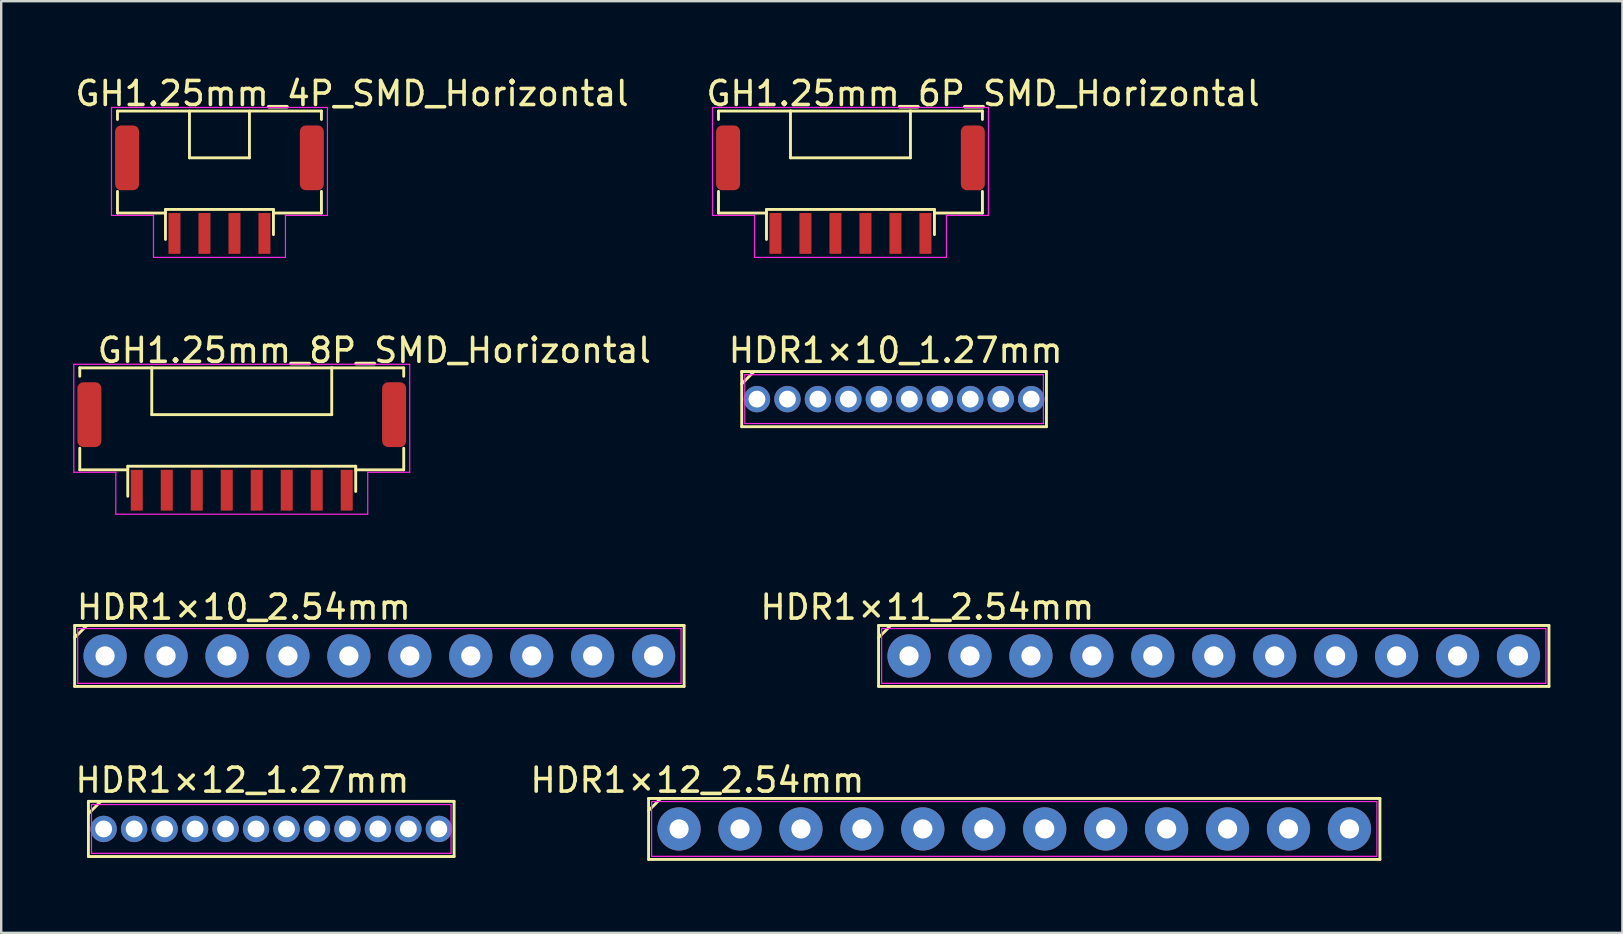
<source format=kicad_pcb>
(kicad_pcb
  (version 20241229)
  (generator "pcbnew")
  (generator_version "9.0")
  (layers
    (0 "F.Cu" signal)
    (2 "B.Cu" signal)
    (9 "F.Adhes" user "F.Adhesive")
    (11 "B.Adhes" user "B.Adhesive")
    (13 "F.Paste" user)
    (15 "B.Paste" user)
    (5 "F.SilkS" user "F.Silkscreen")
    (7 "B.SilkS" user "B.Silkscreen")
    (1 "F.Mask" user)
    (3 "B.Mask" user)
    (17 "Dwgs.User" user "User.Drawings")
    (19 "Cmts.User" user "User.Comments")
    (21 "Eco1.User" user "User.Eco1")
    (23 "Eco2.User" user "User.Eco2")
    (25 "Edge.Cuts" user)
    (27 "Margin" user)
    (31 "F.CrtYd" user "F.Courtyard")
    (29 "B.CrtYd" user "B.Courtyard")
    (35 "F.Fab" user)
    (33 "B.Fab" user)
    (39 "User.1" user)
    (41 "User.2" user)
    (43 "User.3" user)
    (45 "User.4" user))
  (footprint "HDR1×10_2.54mm"
    (layer "F.Cu")
    (at 1.33 24.287)
    (property "Reference" "HDR1×10_2.54mm" (at -1.27 -2.032 0) (layer "F.SilkS") (effects (font (size 1 1) (thickness 0.15)) (justify left)))
    (attr through_hole)
    (fp_line (start -1.27 -1.27) (end -1.27 1.27) (stroke (width 0.12) (type solid)) (layer "F.SilkS"))
    (fp_line (start -1.27 -1.27) (end 24.13 -1.27) (stroke (width 0.12) (type solid)) (layer "F.SilkS"))
    (fp_line (start -1.27 -0.762) (end -0.762 -1.27) (stroke (width 0.12) (type solid)) (layer "F.SilkS"))
    (fp_line (start -1.27 1.27) (end 24.13 1.27) (stroke (width 0.12) (type solid)) (layer "F.SilkS"))
    (fp_line (start 24.13 -1.27) (end 24.13 1.27) (stroke (width 0.12) (type solid)) (layer "F.SilkS"))
    (fp_line (start -1.143 -1.143) (end 24.003 -1.143) (stroke (width 0.05) (type default)) (layer "F.CrtYd"))
    (fp_line (start -1.143 1.143) (end -1.143 -1.143) (stroke (width 0.05) (type default)) (layer "F.CrtYd"))
    (fp_line (start 24.003 -1.143) (end 24.003 1.143) (stroke (width 0.05) (type default)) (layer "F.CrtYd"))
    (fp_line (start 24.003 1.143) (end -1.143 1.143) (stroke (width 0.05) (type default)) (layer "F.CrtYd"))
    (pad "1" thru_hole circle (at 0 0) (size 1.8 1.8) (drill 0.8) (layers "*.Cu" "*.Mask"))
    (pad "2" thru_hole circle (at 2.54 0) (size 1.8 1.8) (drill 0.8) (layers "*.Cu" "*.Mask"))
    (pad "3" thru_hole circle (at 5.08 0) (size 1.8 1.8) (drill 0.8) (layers "*.Cu" "*.Mask"))
    (pad "4" thru_hole circle (at 7.62 0) (size 1.8 1.8) (drill 0.8) (layers "*.Cu" "*.Mask"))
    (pad "5" thru_hole circle (at 10.16 0) (size 1.8 1.8) (drill 0.8) (layers "*.Cu" "*.Mask"))
    (pad "6" thru_hole circle (at 12.7 0) (size 1.8 1.8) (drill 0.8) (layers "*.Cu" "*.Mask"))
    (pad "7" thru_hole circle (at 15.24 0) (size 1.8 1.8) (drill 0.8) (layers "*.Cu" "*.Mask"))
    (pad "8" thru_hole circle (at 17.78 0) (size 1.8 1.8) (drill 0.8) (layers "*.Cu" "*.Mask"))
    (pad "9" thru_hole circle (at 20.32 0) (size 1.8 1.8) (drill 0.8) (layers "*.Cu" "*.Mask"))
    (pad "10" thru_hole circle (at 22.86 0) (size 1.8 1.8) (drill 0.8) (layers "*.Cu" "*.Mask")))
  (footprint "GH1.25mm_8P_SMD_Horizontal"
    (layer "F.Cu")
    (at 7.025 16.631)
    (property "Reference" "GH1.25mm_8P_SMD_Horizontal" (at -6.096 -5.08 0) (layer "F.SilkS") (effects (font (size 1 1) (thickness 0.15)) (justify left)))
    (attr through_hole)
    (fp_line (start -6.75 -4.35) (end -6.75 -4) (stroke (width 0.12) (type default)) (layer "F.SilkS"))
    (fp_line (start -6.75 -4.35) (end 6.75 -4.35) (stroke (width 0.12) (type solid)) (layer "F.SilkS"))
    (fp_line (start -6.75 -1) (end -6.75 -0.1) (stroke (width 0.12) (type default)) (layer "F.SilkS"))
    (fp_line (start -6.75 -0.1) (end -4.75 -0.1) (stroke (width 0.12) (type default)) (layer "F.SilkS"))
    (fp_line (start -4.75 -0.25) (end -4.75 1) (stroke (width 0.12) (type solid)) (layer "F.SilkS"))
    (fp_line (start -4.75 -0.25) (end 4.75 -0.25) (stroke (width 0.12) (type solid)) (layer "F.SilkS"))
    (fp_line (start -3.75 -2.4) (end -3.75 -4.36) (stroke (width 0.12) (type solid)) (layer "F.SilkS"))
    (fp_line (start -3.75 -2.4) (end 3.75 -2.4) (stroke (width 0.12) (type solid)) (layer "F.SilkS"))
    (fp_line (start 3.75 -2.4) (end 3.75 -4.36) (stroke (width 0.12) (type solid)) (layer "F.SilkS"))
    (fp_line (start 4.75 0.8) (end 4.75 -0.25) (stroke (width 0.12) (type solid)) (layer "F.SilkS"))
    (fp_line (start 6.75 -4) (end 6.75 -4.35) (stroke (width 0.12) (type default)) (layer "F.SilkS"))
    (fp_line (start 6.75 -1) (end 6.75 -0.1) (stroke (width 0.12) (type default)) (layer "F.SilkS"))
    (fp_line (start 6.75 -0.1) (end 4.75 -0.1) (stroke (width 0.12) (type default)) (layer "F.SilkS"))
    (fp_line (start -7 -4.5) (end -7 0) (stroke (width 0.05) (type solid)) (layer "F.CrtYd"))
    (fp_line (start -5.25 0) (end -7 0) (stroke (width 0.05) (type default)) (layer "F.CrtYd"))
    (fp_line (start -5.25 1.75) (end -5.25 0) (stroke (width 0.05) (type default)) (layer "F.CrtYd"))
    (fp_line (start -5.25 1.75) (end 5.25 1.75) (stroke (width 0.05) (type solid)) (layer "F.CrtYd"))
    (fp_line (start 5.25 0) (end 7 0) (stroke (width 0.05) (type default)) (layer "F.CrtYd"))
    (fp_line (start 5.25 1.75) (end 5.25 0) (stroke (width 0.05) (type default)) (layer "F.CrtYd"))
    (fp_line (start 7 -4.5) (end -7 -4.5) (stroke (width 0.05) (type solid)) (layer "F.CrtYd"))
    (fp_line (start 7 0) (end 7 -4.5) (stroke (width 0.05) (type solid)) (layer "F.CrtYd"))
    (pad "" smd roundrect (at -6.35 -2.4) (size 1 2.7) (layers "F.Cu" "F.Mask" "F.Paste") (roundrect_rratio 0.25))
    (pad "" smd roundrect (at 6.35 -2.4) (size 1 2.7) (layers "F.Cu" "F.Mask" "F.Paste") (roundrect_rratio 0.25))
    (pad "1" smd rect (at -4.375 0.75) (size 0.5 1.7) (layers "F.Cu" "F.Mask" "F.Paste"))
    (pad "2" smd rect (at -3.125 0.75) (size 0.5 1.7) (layers "F.Cu" "F.Mask" "F.Paste"))
    (pad "3" smd rect (at -1.875 0.75) (size 0.5 1.7) (layers "F.Cu" "F.Mask" "F.Paste"))
    (pad "4" smd rect (at -0.625 0.75) (size 0.5 1.7) (layers "F.Cu" "F.Mask" "F.Paste"))
    (pad "5" smd rect (at 0.625 0.75) (size 0.5 1.7) (layers "F.Cu" "F.Mask" "F.Paste"))
    (pad "6" smd rect (at 1.875 0.75) (size 0.5 1.7) (layers "F.Cu" "F.Mask" "F.Paste"))
    (pad "7" smd rect (at 3.125 0.75) (size 0.5 1.7) (layers "F.Cu" "F.Mask" "F.Paste"))
    (pad "8" smd rect (at 4.375 0.75) (size 0.5 1.7) (layers "F.Cu" "F.Mask" "F.Paste")))
  (footprint "HDR1×12_2.54mm"
    (layer "F.Cu")
    (at 25.25 31.497)
    (property "Reference" "HDR1×12_2.54mm" (at 0.762 -2.032 0) (layer "F.SilkS") (effects (font (size 1 1) (thickness 0.15))))
    (attr through_hole)
    (fp_line (start -1.27 -1.27) (end -1.27 1.27) (stroke (width 0.12) (type solid)) (layer "F.SilkS"))
    (fp_line (start -1.27 -1.27) (end 29.21 -1.27) (stroke (width 0.12) (type solid)) (layer "F.SilkS"))
    (fp_line (start -1.27 -0.762) (end -0.762 -1.27) (stroke (width 0.12) (type solid)) (layer "F.SilkS"))
    (fp_line (start -1.27 1.27) (end 29.21 1.27) (stroke (width 0.12) (type solid)) (layer "F.SilkS"))
    (fp_line (start 29.21 -1.27) (end 29.21 1.27) (stroke (width 0.12) (type solid)) (layer "F.SilkS"))
    (fp_rect (start -1.143 -1.143) (end 29.083 1.143) (stroke (width 0.05) (type default)) (fill no) (layer "F.CrtYd"))
    (pad "1" thru_hole circle (at 0 0) (size 1.8 1.8) (drill 0.8) (layers "*.Cu" "*.Mask"))
    (pad "2" thru_hole circle (at 2.54 0) (size 1.8 1.8) (drill 0.8) (layers "*.Cu" "*.Mask"))
    (pad "3" thru_hole circle (at 5.08 0) (size 1.8 1.8) (drill 0.8) (layers "*.Cu" "*.Mask"))
    (pad "4" thru_hole circle (at 7.62 0) (size 1.8 1.8) (drill 0.8) (layers "*.Cu" "*.Mask"))
    (pad "5" thru_hole circle (at 10.16 0) (size 1.8 1.8) (drill 0.8) (layers "*.Cu" "*.Mask"))
    (pad "6" thru_hole circle (at 12.7 0) (size 1.8 1.8) (drill 0.8) (layers "*.Cu" "*.Mask"))
    (pad "7" thru_hole circle (at 15.24 0) (size 1.8 1.8) (drill 0.8) (layers "*.Cu" "*.Mask"))
    (pad "8" thru_hole circle (at 17.78 0) (size 1.8 1.8) (drill 0.8) (layers "*.Cu" "*.Mask"))
    (pad "9" thru_hole circle (at 20.32 0) (size 1.8 1.8) (drill 0.8) (layers "*.Cu" "*.Mask"))
    (pad "10" thru_hole circle (at 22.86 0) (size 1.8 1.8) (drill 0.8) (layers "*.Cu" "*.Mask"))
    (pad "11" thru_hole circle (at 25.4 0) (size 1.8 1.8) (drill 0.8) (layers "*.Cu" "*.Mask"))
    (pad "12" thru_hole circle (at 27.94 0) (size 1.8 1.8) (drill 0.8) (layers "*.Cu" "*.Mask")))
  (footprint "HDR1×10_1.27mm"
    (layer "F.Cu")
    (at 28.497 13.584)
    (property "Reference" "HDR1×10_1.27mm" (at -1.27 -2.032 0) (layer "F.SilkS") (effects (font (size 1 1) (thickness 0.15)) (justify left)))
    (attr through_hole)
    (fp_line (start -0.635 -1.15) (end -0.635 1.15) (stroke (width 0.12) (type solid)) (layer "F.SilkS"))
    (fp_line (start -0.635 -1.15) (end 12.065 -1.15) (stroke (width 0.12) (type solid)) (layer "F.SilkS"))
    (fp_line (start -0.635 -0.635) (end -0.127 -1.143) (stroke (width 0.12) (type solid)) (layer "F.SilkS"))
    (fp_line (start -0.635 1.15) (end 12.065 1.15) (stroke (width 0.12) (type solid)) (layer "F.SilkS"))
    (fp_line (start 12.065 -1.15) (end 12.065 1.15) (stroke (width 0.12) (type solid)) (layer "F.SilkS"))
    (fp_line (start -0.508 -1.016) (end 11.938 -1.016) (stroke (width 0.05) (type default)) (layer "F.CrtYd"))
    (fp_line (start -0.508 1.016) (end -0.508 -1.016) (stroke (width 0.05) (type default)) (layer "F.CrtYd"))
    (fp_line (start 11.938 -1.016) (end 11.938 1.016) (stroke (width 0.05) (type default)) (layer "F.CrtYd"))
    (fp_line (start 11.938 1.016) (end -0.508 1.016) (stroke (width 0.05) (type default)) (layer "F.CrtYd"))
    (pad "1" thru_hole circle (at 0 0) (size 1.1 1.1) (drill 0.7) (layers "*.Cu" "*.Mask"))
    (pad "2" thru_hole circle (at 1.27 0) (size 1.1 1.1) (drill 0.7) (layers "*.Cu" "*.Mask"))
    (pad "3" thru_hole circle (at 2.54 0) (size 1.1 1.1) (drill 0.7) (layers "*.Cu" "*.Mask"))
    (pad "4" thru_hole circle (at 3.81 0) (size 1.1 1.1) (drill 0.7) (layers "*.Cu" "*.Mask"))
    (pad "5" thru_hole circle (at 5.08 0) (size 1.1 1.1) (drill 0.7) (layers "*.Cu" "*.Mask"))
    (pad "6" thru_hole circle (at 6.35 0) (size 1.1 1.1) (drill 0.7) (layers "*.Cu" "*.Mask"))
    (pad "7" thru_hole circle (at 7.62 0) (size 1.1 1.1) (drill 0.7) (layers "*.Cu" "*.Mask"))
    (pad "8" thru_hole circle (at 8.89 0) (size 1.1 1.1) (drill 0.7) (layers "*.Cu" "*.Mask"))
    (pad "9" thru_hole circle (at 10.16 0) (size 1.1 1.1) (drill 0.7) (layers "*.Cu" "*.Mask"))
    (pad "10" thru_hole circle (at 11.43 0) (size 1.1 1.1) (drill 0.7) (layers "*.Cu" "*.Mask")))
  (footprint "GH1.25mm_6P_SMD_Horizontal"
    (layer "F.Cu")
    (at 32.394 5.928)
    (property "Reference" "GH1.25mm_6P_SMD_Horizontal" (at -6.096 -5.08 0) (layer "F.SilkS") (effects (font (size 1 1) (thickness 0.15)) (justify left)))
    (attr through_hole)
    (fp_line (start -5.5 -4.35) (end -5.5 -4) (stroke (width 0.12) (type default)) (layer "F.SilkS"))
    (fp_line (start -5.5 -4.35) (end 5.5 -4.35) (stroke (width 0.12) (type solid)) (layer "F.SilkS"))
    (fp_line (start -5.5 -1) (end -5.5 -0.1) (stroke (width 0.12) (type default)) (layer "F.SilkS"))
    (fp_line (start -5.5 -0.1) (end -3.5 -0.1) (stroke (width 0.12) (type default)) (layer "F.SilkS"))
    (fp_line (start -3.5 -0.25) (end -3.5 1) (stroke (width 0.12) (type solid)) (layer "F.SilkS"))
    (fp_line (start -3.5 -0.25) (end 3.5 -0.25) (stroke (width 0.12) (type solid)) (layer "F.SilkS"))
    (fp_line (start -2.5 -2.4) (end -2.5 -4.36) (stroke (width 0.12) (type solid)) (layer "F.SilkS"))
    (fp_line (start -2.5 -2.4) (end 2.5 -2.4) (stroke (width 0.12) (type solid)) (layer "F.SilkS"))
    (fp_line (start 2.5 -2.4) (end 2.5 -4.36) (stroke (width 0.12) (type solid)) (layer "F.SilkS"))
    (fp_line (start 3.5 0.8) (end 3.5 -0.25) (stroke (width 0.12) (type solid)) (layer "F.SilkS"))
    (fp_line (start 5.5 -4) (end 5.5 -4.35) (stroke (width 0.12) (type default)) (layer "F.SilkS"))
    (fp_line (start 5.5 -1) (end 5.5 -0.1) (stroke (width 0.12) (type default)) (layer "F.SilkS"))
    (fp_line (start 5.5 -0.1) (end 3.5 -0.1) (stroke (width 0.12) (type default)) (layer "F.SilkS"))
    (fp_line (start -5.75 -4.5) (end -5.75 0) (stroke (width 0.05) (type solid)) (layer "F.CrtYd"))
    (fp_line (start -4 0) (end -5.75 0) (stroke (width 0.05) (type default)) (layer "F.CrtYd"))
    (fp_line (start -4 1.75) (end -4 0) (stroke (width 0.05) (type default)) (layer "F.CrtYd"))
    (fp_line (start -4 1.75) (end 4 1.75) (stroke (width 0.05) (type solid)) (layer "F.CrtYd"))
    (fp_line (start 4 0) (end 5.75 0) (stroke (width 0.05) (type default)) (layer "F.CrtYd"))
    (fp_line (start 4 1.75) (end 4 0) (stroke (width 0.05) (type default)) (layer "F.CrtYd"))
    (fp_line (start 5.75 -4.5) (end -5.75 -4.5) (stroke (width 0.05) (type solid)) (layer "F.CrtYd"))
    (fp_line (start 5.75 0) (end 5.75 -4.5) (stroke (width 0.05) (type solid)) (layer "F.CrtYd"))
    (pad "" smd roundrect (at -5.1 -2.4) (size 1 2.7) (layers "F.Cu" "F.Mask" "F.Paste") (roundrect_rratio 0.25))
    (pad "" smd roundrect (at 5.1 -2.4) (size 1 2.7) (layers "F.Cu" "F.Mask" "F.Paste") (roundrect_rratio 0.25))
    (pad "1" smd rect (at -3.125 0.75) (size 0.5 1.7) (layers "F.Cu" "F.Mask" "F.Paste"))
    (pad "2" smd rect (at -1.875 0.75) (size 0.5 1.7) (layers "F.Cu" "F.Mask" "F.Paste"))
    (pad "3" smd rect (at -0.625 0.75) (size 0.5 1.7) (layers "F.Cu" "F.Mask" "F.Paste"))
    (pad "4" smd rect (at 0.625 0.75) (size 0.5 1.7) (layers "F.Cu" "F.Mask" "F.Paste"))
    (pad "5" smd rect (at 1.875 0.75) (size 0.5 1.7) (layers "F.Cu" "F.Mask" "F.Paste"))
    (pad "6" smd rect (at 3.125 0.75) (size 0.5 1.7) (layers "F.Cu" "F.Mask" "F.Paste")))
  (footprint "HDR1×12_1.27mm"
    (layer "F.Cu")
    (at 1.27 31.497)
    (property "Reference" "HDR1×12_1.27mm" (at -1.27 -2.032 0) (layer "F.SilkS") (effects (font (size 1 1) (thickness 0.15)) (justify left)))
    (attr through_hole)
    (fp_line (start -0.635 -1.15) (end -0.635 1.15) (stroke (width 0.12) (type solid)) (layer "F.SilkS"))
    (fp_line (start -0.635 -1.15) (end 14.605 -1.15) (stroke (width 0.12) (type solid)) (layer "F.SilkS"))
    (fp_line (start -0.635 -0.635) (end -0.127 -1.143) (stroke (width 0.12) (type solid)) (layer "F.SilkS"))
    (fp_line (start -0.635 1.15) (end 14.605 1.15) (stroke (width 0.12) (type solid)) (layer "F.SilkS"))
    (fp_line (start 14.605 -1.15) (end 14.605 1.15) (stroke (width 0.12) (type solid)) (layer "F.SilkS"))
    (fp_line (start -0.508 -1.016) (end 14.478 -1.016) (stroke (width 0.05) (type default)) (layer "F.CrtYd"))
    (fp_line (start -0.508 1.016) (end -0.508 -1.016) (stroke (width 0.05) (type default)) (layer "F.CrtYd"))
    (fp_line (start 14.478 -1.016) (end 14.478 1.016) (stroke (width 0.05) (type default)) (layer "F.CrtYd"))
    (fp_line (start 14.478 1.016) (end -0.508 1.016) (stroke (width 0.05) (type default)) (layer "F.CrtYd"))
    (pad "1" thru_hole circle (at 0 0) (size 1.1 1.1) (drill 0.7) (layers "*.Cu" "*.Mask"))
    (pad "2" thru_hole circle (at 1.27 0) (size 1.1 1.1) (drill 0.7) (layers "*.Cu" "*.Mask"))
    (pad "3" thru_hole circle (at 2.54 0) (size 1.1 1.1) (drill 0.7) (layers "*.Cu" "*.Mask"))
    (pad "4" thru_hole circle (at 3.81 0) (size 1.1 1.1) (drill 0.7) (layers "*.Cu" "*.Mask"))
    (pad "5" thru_hole circle (at 5.08 0) (size 1.1 1.1) (drill 0.7) (layers "*.Cu" "*.Mask"))
    (pad "6" thru_hole circle (at 6.35 0) (size 1.1 1.1) (drill 0.7) (layers "*.Cu" "*.Mask"))
    (pad "7" thru_hole circle (at 7.62 0) (size 1.1 1.1) (drill 0.7) (layers "*.Cu" "*.Mask"))
    (pad "8" thru_hole circle (at 8.89 0) (size 1.1 1.1) (drill 0.7) (layers "*.Cu" "*.Mask"))
    (pad "9" thru_hole circle (at 10.16 0) (size 1.1 1.1) (drill 0.7) (layers "*.Cu" "*.Mask"))
    (pad "10" thru_hole circle (at 11.43 0) (size 1.1 1.1) (drill 0.7) (layers "*.Cu" "*.Mask"))
    (pad "11" thru_hole circle (at 12.7 0) (size 1.1 1.1) (drill 0.7) (layers "*.Cu" "*.Mask"))
    (pad "12" thru_hole circle (at 13.97 0) (size 1.1 1.1) (drill 0.7) (layers "*.Cu" "*.Mask")))
  (footprint "GH1.25mm_4P_SMD_Horizontal"
    (layer "F.Cu")
    (at 6.096 5.928)
    (property "Reference" "GH1.25mm_4P_SMD_Horizontal" (at -6.096 -5.08 0) (layer "F.SilkS") (effects (font (size 1 1) (thickness 0.15)) (justify left)))
    (attr through_hole)
    (fp_line (start -4.25 -4.35) (end -4.25 -4) (stroke (width 0.12) (type default)) (layer "F.SilkS"))
    (fp_line (start -4.25 -4.35) (end 4.25 -4.35) (stroke (width 0.12) (type solid)) (layer "F.SilkS"))
    (fp_line (start -4.25 -1) (end -4.25 -0.1) (stroke (width 0.12) (type default)) (layer "F.SilkS"))
    (fp_line (start -4.25 -0.1) (end -2.25 -0.1) (stroke (width 0.12) (type default)) (layer "F.SilkS"))
    (fp_line (start -2.25 -0.25) (end -2.25 1) (stroke (width 0.12) (type solid)) (layer "F.SilkS"))
    (fp_line (start -2.25 -0.25) (end 2.25 -0.25) (stroke (width 0.12) (type solid)) (layer "F.SilkS"))
    (fp_line (start -1.25 -2.4) (end -1.25 -4.35) (stroke (width 0.12) (type solid)) (layer "F.SilkS"))
    (fp_line (start -1.25 -2.4) (end 1.25 -2.4) (stroke (width 0.12) (type solid)) (layer "F.SilkS"))
    (fp_line (start 1.25 -2.4) (end 1.25 -4.35) (stroke (width 0.12) (type solid)) (layer "F.SilkS"))
    (fp_line (start 2.25 0.8) (end 2.25 -0.25) (stroke (width 0.12) (type solid)) (layer "F.SilkS"))
    (fp_line (start 4.25 -4) (end 4.25 -4.35) (stroke (width 0.12) (type default)) (layer "F.SilkS"))
    (fp_line (start 4.25 -1) (end 4.25 -0.1) (stroke (width 0.12) (type default)) (layer "F.SilkS"))
    (fp_line (start 4.25 -0.1) (end 2.25 -0.1) (stroke (width 0.12) (type default)) (layer "F.SilkS"))
    (fp_line (start -4.5 -4.5) (end -4.5 0) (stroke (width 0.05) (type solid)) (layer "F.CrtYd"))
    (fp_line (start -2.75 0) (end -4.5 0) (stroke (width 0.05) (type default)) (layer "F.CrtYd"))
    (fp_line (start -2.75 1.75) (end -2.75 0) (stroke (width 0.05) (type default)) (layer "F.CrtYd"))
    (fp_line (start -2.75 1.75) (end 2.75 1.75) (stroke (width 0.05) (type solid)) (layer "F.CrtYd"))
    (fp_line (start 2.75 0) (end 4.5 0) (stroke (width 0.05) (type default)) (layer "F.CrtYd"))
    (fp_line (start 2.75 1.75) (end 2.75 0) (stroke (width 0.05) (type default)) (layer "F.CrtYd"))
    (fp_line (start 4.5 -4.5) (end -4.5 -4.5) (stroke (width 0.05) (type solid)) (layer "F.CrtYd"))
    (fp_line (start 4.5 0) (end 4.5 -4.5) (stroke (width 0.05) (type solid)) (layer "F.CrtYd"))
    (pad "" smd roundrect (at -3.85 -2.4) (size 1 2.7) (layers "F.Cu" "F.Mask" "F.Paste") (roundrect_rratio 0.25))
    (pad "" smd roundrect (at 3.85 -2.4) (size 1 2.7) (layers "F.Cu" "F.Mask" "F.Paste") (roundrect_rratio 0.25))
    (pad "1" smd rect (at -1.875 0.75) (size 0.5 1.7) (layers "F.Cu" "F.Mask" "F.Paste"))
    (pad "2" smd rect (at -0.625 0.75) (size 0.5 1.7) (layers "F.Cu" "F.Mask" "F.Paste"))
    (pad "3" smd rect (at 0.625 0.75) (size 0.5 1.7) (layers "F.Cu" "F.Mask" "F.Paste"))
    (pad "4" smd rect (at 1.875 0.75) (size 0.5 1.7) (layers "F.Cu" "F.Mask" "F.Paste")))
  (footprint "HDR1×11_2.54mm"
    (layer "F.Cu")
    (at 34.835 24.287)
    (property "Reference" "HDR1×11_2.54mm" (at 0.762 -2.032 0) (layer "F.SilkS") (effects (font (size 1 1) (thickness 0.15))))
    (attr through_hole)
    (fp_line (start -1.27 -1.27) (end -1.27 1.27) (stroke (width 0.12) (type solid)) (layer "F.SilkS"))
    (fp_line (start -1.27 -1.27) (end 26.67 -1.27) (stroke (width 0.12) (type solid)) (layer "F.SilkS"))
    (fp_line (start -1.27 -0.762) (end -0.762 -1.27) (stroke (width 0.12) (type solid)) (layer "F.SilkS"))
    (fp_line (start -1.27 1.27) (end 26.67 1.27) (stroke (width 0.12) (type solid)) (layer "F.SilkS"))
    (fp_line (start 26.67 -1.27) (end 26.67 1.27) (stroke (width 0.12) (type solid)) (layer "F.SilkS"))
    (fp_rect (start -1.143 -1.143) (end 26.543 1.143) (stroke (width 0.05) (type default)) (fill no) (layer "F.CrtYd"))
    (pad "1" thru_hole circle (at 0 0) (size 1.8 1.8) (drill 0.8) (layers "*.Cu" "*.Mask"))
    (pad "2" thru_hole circle (at 2.54 0) (size 1.8 1.8) (drill 0.8) (layers "*.Cu" "*.Mask"))
    (pad "3" thru_hole circle (at 5.08 0) (size 1.8 1.8) (drill 0.8) (layers "*.Cu" "*.Mask"))
    (pad "4" thru_hole circle (at 7.62 0) (size 1.8 1.8) (drill 0.8) (layers "*.Cu" "*.Mask"))
    (pad "5" thru_hole circle (at 10.16 0) (size 1.8 1.8) (drill 0.8) (layers "*.Cu" "*.Mask"))
    (pad "6" thru_hole circle (at 12.7 0) (size 1.8 1.8) (drill 0.8) (layers "*.Cu" "*.Mask"))
    (pad "7" thru_hole circle (at 15.24 0) (size 1.8 1.8) (drill 0.8) (layers "*.Cu" "*.Mask"))
    (pad "8" thru_hole circle (at 17.78 0) (size 1.8 1.8) (drill 0.8) (layers "*.Cu" "*.Mask"))
    (pad "9" thru_hole circle (at 20.32 0) (size 1.8 1.8) (drill 0.8) (layers "*.Cu" "*.Mask"))
    (pad "10" thru_hole circle (at 22.86 0) (size 1.8 1.8) (drill 0.8) (layers "*.Cu" "*.Mask"))
    (pad "11" thru_hole circle (at 25.4 0) (size 1.8 1.8) (drill 0.8) (layers "*.Cu" "*.Mask")))
  (gr_rect
    (start -3 -3)
    (end 64.565 35.827)
    (stroke (width 0.1) (type default))
    (fill no)
    (layer "Edge.Cuts")))
</source>
